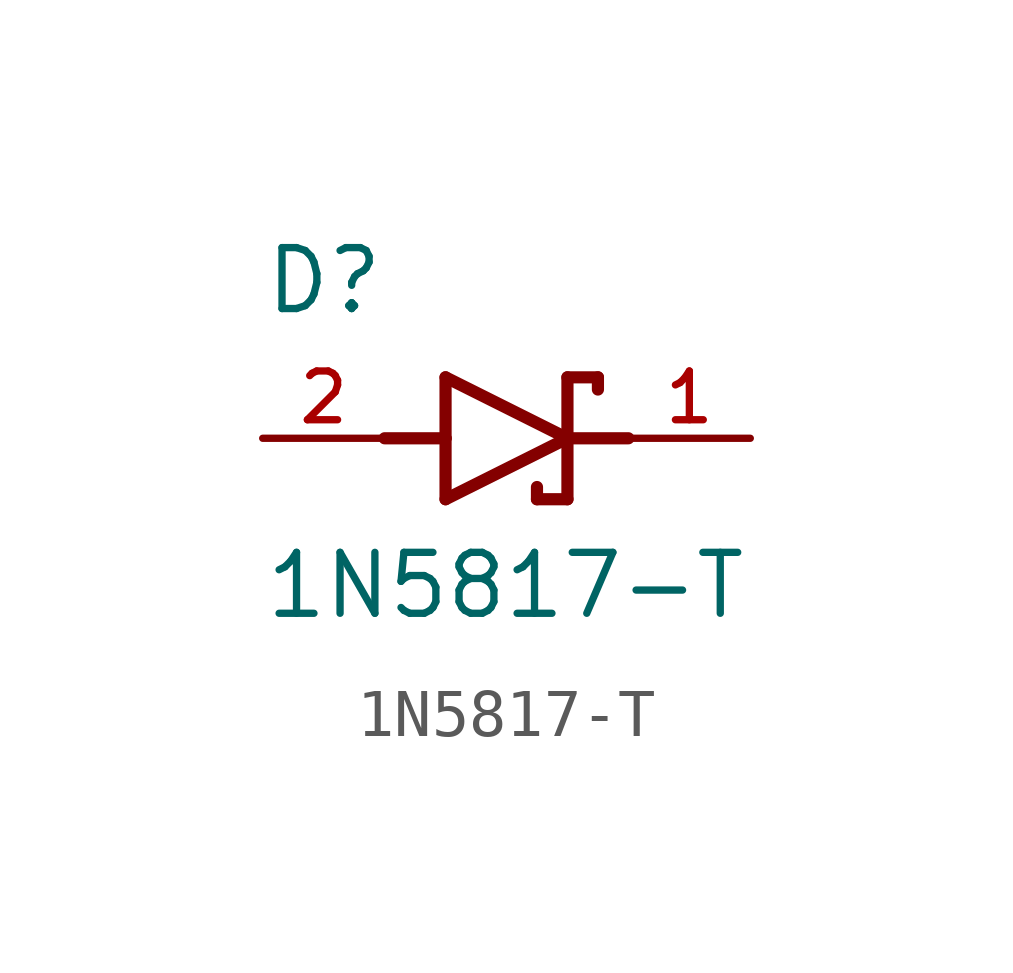
<source format=kicad_sym>
(kicad_symbol_lib
  (version 20211014)
  (generator kicad_symbol_editor)
  (symbol "1N5817-T"
    (pin_names
      (offset 1.016))
    (property "Reference" "D"
      (at -5.08 2.54 0)
      (effects (font (size 1.27 1.27)) (justify bottom left)))
    (property "Value" "1N5817-T"
      (at -5.08 -3.81 0)
      (effects (font (size 1.27 1.27)) (justify bottom left)))
    (symbol "1N5817-T_0_0"
      (polyline (pts (xy -1.27 -1.27) (xy 1.27 0.0)) (stroke (width 0.254)))
      (polyline (pts (xy 1.27 0.0) (xy -1.27 1.27)) (stroke (width 0.254)))
      (polyline (pts (xy 1.905 1.27) (xy 1.27 1.27)) (stroke (width 0.254)))
      (polyline (pts (xy 1.27 1.27) (xy 1.27 0.0)) (stroke (width 0.254)))
      (polyline (pts (xy -1.27 1.27) (xy -1.27 0.0)) (stroke (width 0.254)))
      (polyline (pts (xy -1.27 0.0) (xy -1.27 -1.27)) (stroke (width 0.254)))
      (polyline (pts (xy 1.27 0.0) (xy 1.27 -1.27)) (stroke (width 0.254)))
      (polyline (pts (xy 1.905 1.27) (xy 1.905 1.016)) (stroke (width 0.254)))
      (polyline (pts (xy 1.27 -1.27) (xy 0.635 -1.27)) (stroke (width 0.254)))
      (polyline (pts (xy 0.635 -1.016) (xy 0.635 -1.27)) (stroke (width 0.254)))
      (polyline (pts (xy -2.54 0.0) (xy -1.27 0.0)) (stroke (width 0.254)))
      (polyline (pts (xy 2.54 0.0) (xy 1.27 0.0)) (stroke (width 0.254)))
      (pin passive line (at 5.08 0.0 180.0) (length 2.54) (name "~" (effects (font (size 1.016 1.016)))) (number "1" (effects (font (size 1.016 1.016)))))
      (pin passive line (at -5.08 0.0 0) (length 2.54) (name "~" (effects (font (size 1.016 1.016)))) (number "2" (effects (font (size 1.016 1.016))))))))
</source>
